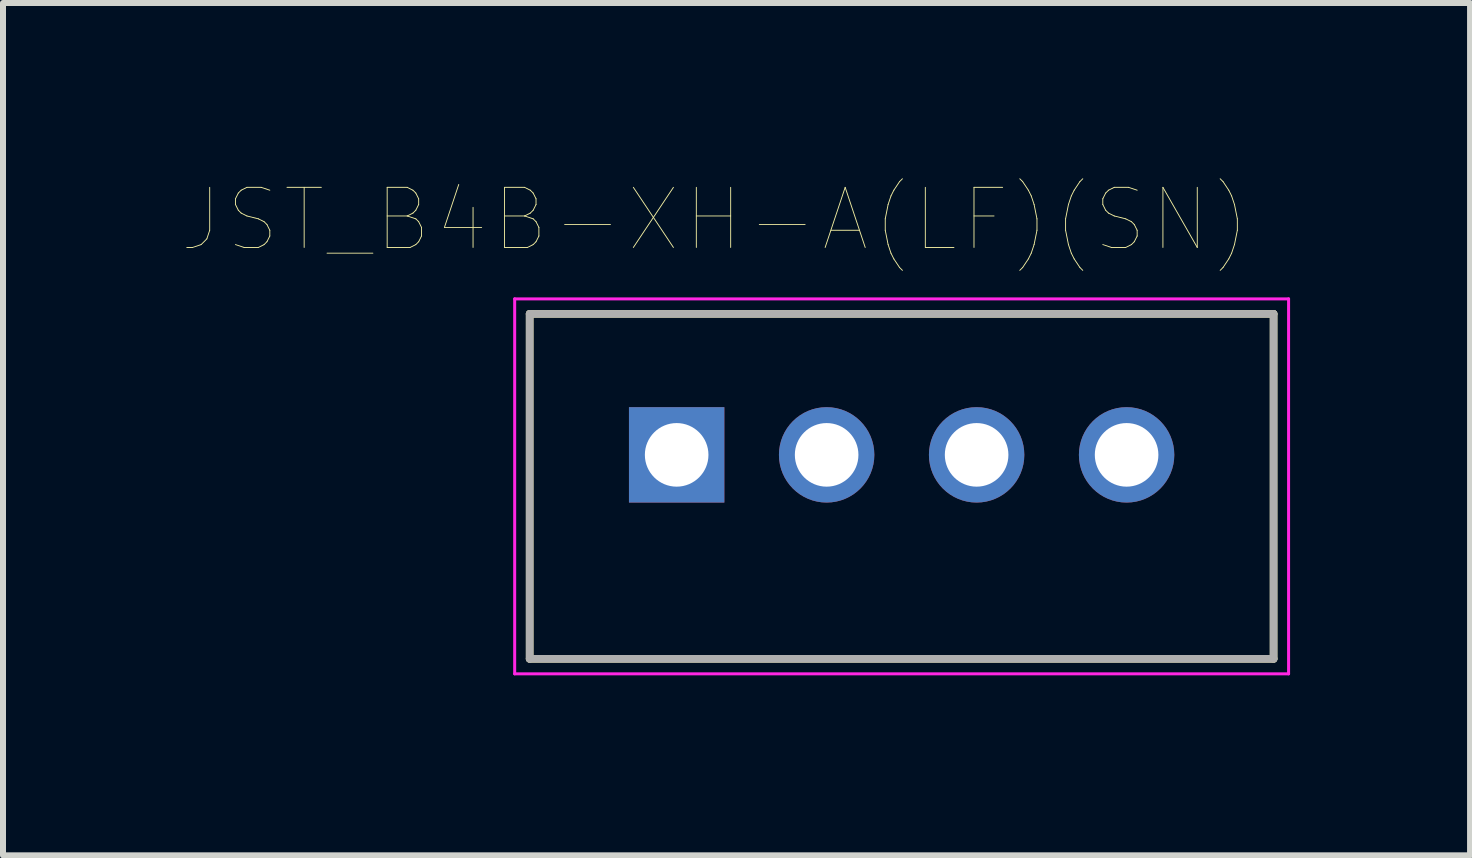
<source format=kicad_pcb>
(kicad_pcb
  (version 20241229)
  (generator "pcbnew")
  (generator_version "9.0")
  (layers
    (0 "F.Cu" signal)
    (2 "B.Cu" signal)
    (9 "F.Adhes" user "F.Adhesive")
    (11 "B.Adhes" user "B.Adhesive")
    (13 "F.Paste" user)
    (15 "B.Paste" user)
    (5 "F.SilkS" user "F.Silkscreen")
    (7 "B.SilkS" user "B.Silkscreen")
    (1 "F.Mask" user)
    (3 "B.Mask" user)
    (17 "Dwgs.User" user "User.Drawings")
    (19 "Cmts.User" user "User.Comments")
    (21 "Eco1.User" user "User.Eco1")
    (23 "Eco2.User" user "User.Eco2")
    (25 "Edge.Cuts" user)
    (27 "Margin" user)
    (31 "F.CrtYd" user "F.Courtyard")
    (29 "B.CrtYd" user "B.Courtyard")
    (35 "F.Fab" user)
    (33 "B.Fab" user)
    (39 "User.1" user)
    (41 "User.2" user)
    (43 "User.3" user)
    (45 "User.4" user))
  (footprint "JST_B4B-XH-A(LF)(SN)"
    (layer "F.Cu")
    (at 8.229 4.532)
    (property "Reference" "JST_B4B-XH-A(LF)(SN)" (at 0.638 -3.92 0) (layer "F.SilkS") (effects (font (size 1.002 1.002) (thickness 0.015))))
    (attr through_hole)
    (fp_line (start -2.45 -2.35) (end -2.45 3.4) (stroke (width 0.127) (type solid)) (layer "F.SilkS"))
    (fp_line (start -2.45 3.4) (end 9.95 3.4) (stroke (width 0.127) (type solid)) (layer "F.SilkS"))
    (fp_line (start 9.95 -2.35) (end -2.45 -2.35) (stroke (width 0.127) (type solid)) (layer "F.SilkS"))
    (fp_line (start 9.95 3.4) (end 9.95 -2.35) (stroke (width 0.127) (type solid)) (layer "F.SilkS"))
    (fp_line (start -2.7 -2.6) (end 10.2 -2.6) (stroke (width 0.05) (type solid)) (layer "F.CrtYd"))
    (fp_line (start -2.7 3.65) (end -2.7 -2.6) (stroke (width 0.05) (type solid)) (layer "F.CrtYd"))
    (fp_line (start 10.2 -2.6) (end 10.2 3.65) (stroke (width 0.05) (type solid)) (layer "F.CrtYd"))
    (fp_line (start 10.2 3.65) (end -2.7 3.65) (stroke (width 0.05) (type solid)) (layer "F.CrtYd"))
    (fp_line (start -2.45 -2.35) (end -2.45 3.4) (stroke (width 0.127) (type solid)) (layer "F.Fab"))
    (fp_line (start -2.45 3.4) (end 9.95 3.4) (stroke (width 0.127) (type solid)) (layer "F.Fab"))
    (fp_line (start 9.95 -2.35) (end -2.45 -2.35) (stroke (width 0.127) (type solid)) (layer "F.Fab"))
    (fp_line (start 9.95 3.4) (end 9.95 -2.35) (stroke (width 0.127) (type solid)) (layer "F.Fab"))
    (pad "1" thru_hole rect (at 0 0) (size 1.59 1.59) (drill 1.06) (layers "*.Cu" "*.Mask"))
    (pad "2" thru_hole circle (at 2.5 0) (size 1.59 1.59) (drill 1.06) (layers "*.Cu" "*.Mask"))
    (pad "3" thru_hole circle (at 5 0) (size 1.59 1.59) (drill 1.06) (layers "*.Cu" "*.Mask"))
    (pad "4" thru_hole circle (at 7.5 0) (size 1.59 1.59) (drill 1.06) (layers "*.Cu" "*.Mask")))
  (gr_rect
    (start -3 -3)
    (end 21.454 11.207)
    (stroke (width 0.1) (type default))
    (fill no)
    (layer "Edge.Cuts")))
</source>
